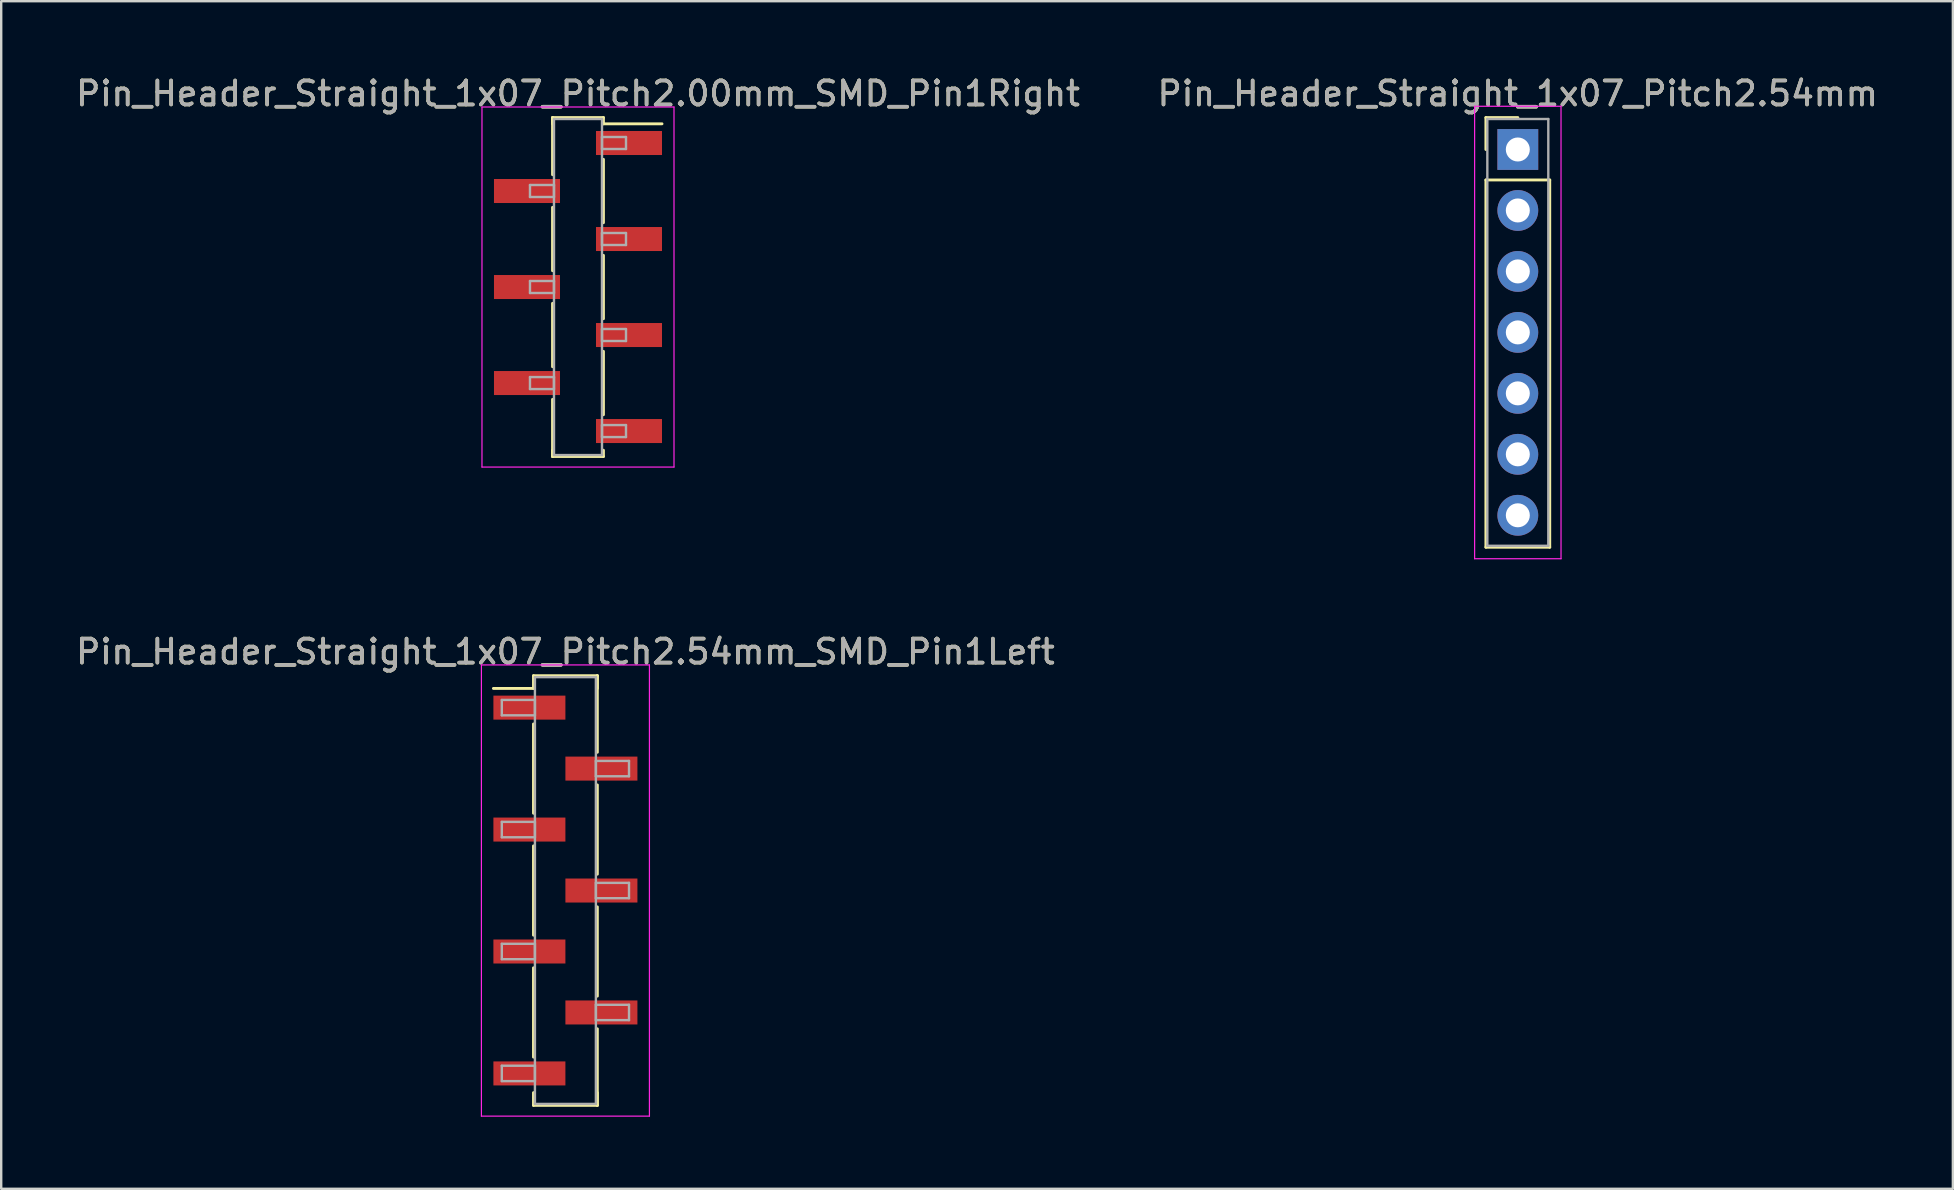
<source format=kicad_pcb>
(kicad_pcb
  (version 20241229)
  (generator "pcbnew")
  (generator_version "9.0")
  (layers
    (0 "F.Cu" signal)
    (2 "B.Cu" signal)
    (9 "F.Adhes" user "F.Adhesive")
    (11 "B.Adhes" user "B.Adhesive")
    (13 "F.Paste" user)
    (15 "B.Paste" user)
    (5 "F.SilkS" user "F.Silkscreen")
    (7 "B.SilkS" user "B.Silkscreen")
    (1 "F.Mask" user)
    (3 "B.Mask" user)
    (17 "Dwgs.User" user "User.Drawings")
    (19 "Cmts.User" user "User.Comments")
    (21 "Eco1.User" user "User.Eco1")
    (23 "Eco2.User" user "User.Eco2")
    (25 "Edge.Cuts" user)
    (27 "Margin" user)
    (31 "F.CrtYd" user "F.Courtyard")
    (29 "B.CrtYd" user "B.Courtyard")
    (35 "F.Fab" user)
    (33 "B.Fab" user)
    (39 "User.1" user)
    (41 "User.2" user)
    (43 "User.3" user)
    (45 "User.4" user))
  (footprint "Pin_Header_Straight_1x07_Pitch2.54mm"
    (layer "F.Cu")
    (at 60.185 3.178)
    (property "Reference" "Pin_Header_Straight_1x07_Pitch2.54mm" (at 0 -2.33 0) (layer "F.SilkS") (effects (font (size 1 1) (thickness 0.15))))
    (attr through_hole)
    (fp_line (start -1.33 -1.33) (end 0 -1.33) (stroke (width 0.12) (type solid)) (layer "F.SilkS"))
    (fp_line (start -1.33 0) (end -1.33 -1.33) (stroke (width 0.12) (type solid)) (layer "F.SilkS"))
    (fp_line (start -1.33 1.27) (end -1.33 16.57) (stroke (width 0.12) (type solid)) (layer "F.SilkS"))
    (fp_line (start -1.33 16.57) (end 1.33 16.57) (stroke (width 0.12) (type solid)) (layer "F.SilkS"))
    (fp_line (start 1.33 1.27) (end -1.33 1.27) (stroke (width 0.12) (type solid)) (layer "F.SilkS"))
    (fp_line (start 1.33 16.57) (end 1.33 1.27) (stroke (width 0.12) (type solid)) (layer "F.SilkS"))
    (fp_line (start -1.8 -1.8) (end -1.8 17.05) (stroke (width 0.05) (type solid)) (layer "F.CrtYd"))
    (fp_line (start -1.8 17.05) (end 1.8 17.05) (stroke (width 0.05) (type solid)) (layer "F.CrtYd"))
    (fp_line (start 1.8 -1.8) (end -1.8 -1.8) (stroke (width 0.05) (type solid)) (layer "F.CrtYd"))
    (fp_line (start 1.8 17.05) (end 1.8 -1.8) (stroke (width 0.05) (type solid)) (layer "F.CrtYd"))
    (fp_line (start -1.27 -1.27) (end -1.27 16.51) (stroke (width 0.1) (type solid)) (layer "F.Fab"))
    (fp_line (start -1.27 16.51) (end 1.27 16.51) (stroke (width 0.1) (type solid)) (layer "F.Fab"))
    (fp_line (start 1.27 -1.27) (end -1.27 -1.27) (stroke (width 0.1) (type solid)) (layer "F.Fab"))
    (fp_line (start 1.27 16.51) (end 1.27 -1.27) (stroke (width 0.1) (type solid)) (layer "F.Fab"))
    (fp_text user "${REFERENCE}" (at 0 -2.33 0) (layer "F.Fab") (effects (font (size 1 1) (thickness 0.15))))
    (pad "1" thru_hole rect (at 0 0) (size 1.7 1.7) (drill 1) (layers "*.Cu" "*.Mask"))
    (pad "2" thru_hole oval (at 0 2.54) (size 1.7 1.7) (drill 1) (layers "*.Cu" "*.Mask"))
    (pad "3" thru_hole oval (at 0 5.08) (size 1.7 1.7) (drill 1) (layers "*.Cu" "*.Mask"))
    (pad "4" thru_hole oval (at 0 7.62) (size 1.7 1.7) (drill 1) (layers "*.Cu" "*.Mask"))
    (pad "5" thru_hole oval (at 0 10.16) (size 1.7 1.7) (drill 1) (layers "*.Cu" "*.Mask"))
    (pad "6" thru_hole oval (at 0 12.7) (size 1.7 1.7) (drill 1) (layers "*.Cu" "*.Mask"))
    (pad "7" thru_hole oval (at 0 15.24) (size 1.7 1.7) (drill 1) (layers "*.Cu" "*.Mask")))
  (footprint "Pin_Header_Straight_1x07_Pitch2.54mm_SMD_Pin1Left"
    (layer "F.Cu")
    (at 20.506 34.051)
    (property "Reference" "Pin_Header_Straight_1x07_Pitch2.54mm_SMD_Pin1Left" (at 0 -9.95 0) (layer "F.SilkS") (effects (font (size 1 1) (thickness 0.15))))
    (attr smd)
    (fp_line (start -1.33 -8.95) (end 1.33 -8.95) (stroke (width 0.12) (type solid)) (layer "F.SilkS"))
    (fp_line (start -1.33 -8.42) (end -3 -8.42) (stroke (width 0.12) (type solid)) (layer "F.SilkS"))
    (fp_line (start -1.33 -8.42) (end -1.33 -8.95) (stroke (width 0.12) (type solid)) (layer "F.SilkS"))
    (fp_line (start -1.33 -6.94) (end -1.33 -3.22) (stroke (width 0.12) (type solid)) (layer "F.SilkS"))
    (fp_line (start -1.33 -1.86) (end -1.33 1.86) (stroke (width 0.12) (type solid)) (layer "F.SilkS"))
    (fp_line (start -1.33 3.22) (end -1.33 6.94) (stroke (width 0.12) (type solid)) (layer "F.SilkS"))
    (fp_line (start -1.33 8.42) (end -1.33 8.95) (stroke (width 0.12) (type solid)) (layer "F.SilkS"))
    (fp_line (start -1.33 8.95) (end 1.33 8.95) (stroke (width 0.12) (type solid)) (layer "F.SilkS"))
    (fp_line (start 1.33 -8.95) (end 1.33 -8.42) (stroke (width 0.12) (type solid)) (layer "F.SilkS"))
    (fp_line (start 1.33 -8.95) (end 1.33 -5.76) (stroke (width 0.12) (type solid)) (layer "F.SilkS"))
    (fp_line (start 1.33 -4.4) (end 1.33 -0.68) (stroke (width 0.12) (type solid)) (layer "F.SilkS"))
    (fp_line (start 1.33 0.68) (end 1.33 4.4) (stroke (width 0.12) (type solid)) (layer "F.SilkS"))
    (fp_line (start 1.33 5.76) (end 1.33 8.95) (stroke (width 0.12) (type solid)) (layer "F.SilkS"))
    (fp_line (start 1.33 8.95) (end 1.33 8.42) (stroke (width 0.12) (type solid)) (layer "F.SilkS"))
    (fp_line (start -3.5 -9.4) (end -3.5 9.4) (stroke (width 0.05) (type solid)) (layer "F.CrtYd"))
    (fp_line (start -3.5 9.4) (end 3.5 9.4) (stroke (width 0.05) (type solid)) (layer "F.CrtYd"))
    (fp_line (start 3.5 -9.4) (end -3.5 -9.4) (stroke (width 0.05) (type solid)) (layer "F.CrtYd"))
    (fp_line (start 3.5 9.4) (end 3.5 -9.4) (stroke (width 0.05) (type solid)) (layer "F.CrtYd"))
    (fp_line (start -2.65 -7.94) (end -1.27 -7.94) (stroke (width 0.1) (type solid)) (layer "F.Fab"))
    (fp_line (start -2.65 -7.3) (end -2.65 -7.94) (stroke (width 0.1) (type solid)) (layer "F.Fab"))
    (fp_line (start -2.65 -2.86) (end -1.27 -2.86) (stroke (width 0.1) (type solid)) (layer "F.Fab"))
    (fp_line (start -2.65 -2.22) (end -2.65 -2.86) (stroke (width 0.1) (type solid)) (layer "F.Fab"))
    (fp_line (start -2.65 2.22) (end -1.27 2.22) (stroke (width 0.1) (type solid)) (layer "F.Fab"))
    (fp_line (start -2.65 2.86) (end -2.65 2.22) (stroke (width 0.1) (type solid)) (layer "F.Fab"))
    (fp_line (start -2.65 7.3) (end -1.27 7.3) (stroke (width 0.1) (type solid)) (layer "F.Fab"))
    (fp_line (start -2.65 7.94) (end -2.65 7.3) (stroke (width 0.1) (type solid)) (layer "F.Fab"))
    (fp_line (start -1.27 -8.89) (end -1.27 8.89) (stroke (width 0.1) (type solid)) (layer "F.Fab"))
    (fp_line (start -1.27 -7.94) (end -1.27 -7.3) (stroke (width 0.1) (type solid)) (layer "F.Fab"))
    (fp_line (start -1.27 -7.3) (end -2.65 -7.3) (stroke (width 0.1) (type solid)) (layer "F.Fab"))
    (fp_line (start -1.27 -2.86) (end -1.27 -2.22) (stroke (width 0.1) (type solid)) (layer "F.Fab"))
    (fp_line (start -1.27 -2.22) (end -2.65 -2.22) (stroke (width 0.1) (type solid)) (layer "F.Fab"))
    (fp_line (start -1.27 2.22) (end -1.27 2.86) (stroke (width 0.1) (type solid)) (layer "F.Fab"))
    (fp_line (start -1.27 2.86) (end -2.65 2.86) (stroke (width 0.1) (type solid)) (layer "F.Fab"))
    (fp_line (start -1.27 7.3) (end -1.27 7.94) (stroke (width 0.1) (type solid)) (layer "F.Fab"))
    (fp_line (start -1.27 7.94) (end -2.65 7.94) (stroke (width 0.1) (type solid)) (layer "F.Fab"))
    (fp_line (start -1.27 8.89) (end 1.27 8.89) (stroke (width 0.1) (type solid)) (layer "F.Fab"))
    (fp_line (start 1.27 -8.89) (end -1.27 -8.89) (stroke (width 0.1) (type solid)) (layer "F.Fab"))
    (fp_line (start 1.27 -5.4) (end 1.27 -4.76) (stroke (width 0.1) (type solid)) (layer "F.Fab"))
    (fp_line (start 1.27 -4.76) (end 2.65 -4.76) (stroke (width 0.1) (type solid)) (layer "F.Fab"))
    (fp_line (start 1.27 -0.32) (end 1.27 0.32) (stroke (width 0.1) (type solid)) (layer "F.Fab"))
    (fp_line (start 1.27 0.32) (end 2.65 0.32) (stroke (width 0.1) (type solid)) (layer "F.Fab"))
    (fp_line (start 1.27 4.76) (end 1.27 5.4) (stroke (width 0.1) (type solid)) (layer "F.Fab"))
    (fp_line (start 1.27 5.4) (end 2.65 5.4) (stroke (width 0.1) (type solid)) (layer "F.Fab"))
    (fp_line (start 1.27 8.89) (end 1.27 -8.89) (stroke (width 0.1) (type solid)) (layer "F.Fab"))
    (fp_line (start 2.65 -5.4) (end 1.27 -5.4) (stroke (width 0.1) (type solid)) (layer "F.Fab"))
    (fp_line (start 2.65 -4.76) (end 2.65 -5.4) (stroke (width 0.1) (type solid)) (layer "F.Fab"))
    (fp_line (start 2.65 -0.32) (end 1.27 -0.32) (stroke (width 0.1) (type solid)) (layer "F.Fab"))
    (fp_line (start 2.65 0.32) (end 2.65 -0.32) (stroke (width 0.1) (type solid)) (layer "F.Fab"))
    (fp_line (start 2.65 4.76) (end 1.27 4.76) (stroke (width 0.1) (type solid)) (layer "F.Fab"))
    (fp_line (start 2.65 5.4) (end 2.65 4.76) (stroke (width 0.1) (type solid)) (layer "F.Fab"))
    (fp_text user "${REFERENCE}" (at 0 -9.95 0) (layer "F.Fab") (effects (font (size 1 1) (thickness 0.15))))
    (pad "1" smd rect (at -1.5 -7.62) (size 3 1) (layers "F.Cu" "F.Mask" "F.Paste"))
    (pad "2" smd rect (at 1.5 -5.08) (size 3 1) (layers "F.Cu" "F.Mask" "F.Paste"))
    (pad "3" smd rect (at -1.5 -2.54) (size 3 1) (layers "F.Cu" "F.Mask" "F.Paste"))
    (pad "4" smd rect (at 1.5 0) (size 3 1) (layers "F.Cu" "F.Mask" "F.Paste"))
    (pad "5" smd rect (at -1.5 2.54) (size 3 1) (layers "F.Cu" "F.Mask" "F.Paste"))
    (pad "6" smd rect (at 1.5 5.08) (size 3 1) (layers "F.Cu" "F.Mask" "F.Paste"))
    (pad "7" smd rect (at -1.5 7.62) (size 3 1) (layers "F.Cu" "F.Mask" "F.Paste")))
  (footprint "Pin_Header_Straight_1x07_Pitch2.00mm_SMD_Pin1Right"
    (layer "F.Cu")
    (at 21.03 8.908)
    (property "Reference" "Pin_Header_Straight_1x07_Pitch2.00mm_SMD_Pin1Right" (at 0 -8.06 0) (layer "F.SilkS") (effects (font (size 1 1) (thickness 0.15))))
    (attr smd)
    (fp_line (start -1.06 -7.06) (end -1.06 -4.68) (stroke (width 0.12) (type solid)) (layer "F.SilkS"))
    (fp_line (start -1.06 -7.06) (end 1.06 -7.06) (stroke (width 0.12) (type solid)) (layer "F.SilkS"))
    (fp_line (start -1.06 -6.8) (end -1.06 -7.06) (stroke (width 0.12) (type solid)) (layer "F.SilkS"))
    (fp_line (start -1.06 -3.32) (end -1.06 -0.68) (stroke (width 0.12) (type solid)) (layer "F.SilkS"))
    (fp_line (start -1.06 0.68) (end -1.06 3.32) (stroke (width 0.12) (type solid)) (layer "F.SilkS"))
    (fp_line (start -1.06 4.68) (end -1.06 7.06) (stroke (width 0.12) (type solid)) (layer "F.SilkS"))
    (fp_line (start -1.06 6.8) (end -1.06 7.06) (stroke (width 0.12) (type solid)) (layer "F.SilkS"))
    (fp_line (start -1.06 7.06) (end 1.06 7.06) (stroke (width 0.12) (type solid)) (layer "F.SilkS"))
    (fp_line (start 1.06 -7.06) (end 1.06 -6.8) (stroke (width 0.12) (type solid)) (layer "F.SilkS"))
    (fp_line (start 1.06 -6.8) (end 3.5 -6.8) (stroke (width 0.12) (type solid)) (layer "F.SilkS"))
    (fp_line (start 1.06 -5.32) (end 1.06 -2.68) (stroke (width 0.12) (type solid)) (layer "F.SilkS"))
    (fp_line (start 1.06 -1.32) (end 1.06 1.32) (stroke (width 0.12) (type solid)) (layer "F.SilkS"))
    (fp_line (start 1.06 2.68) (end 1.06 5.32) (stroke (width 0.12) (type solid)) (layer "F.SilkS"))
    (fp_line (start 1.06 7.06) (end 1.06 6.8) (stroke (width 0.12) (type solid)) (layer "F.SilkS"))
    (fp_line (start -4 -7.5) (end -4 7.5) (stroke (width 0.05) (type solid)) (layer "F.CrtYd"))
    (fp_line (start -4 7.5) (end 4 7.5) (stroke (width 0.05) (type solid)) (layer "F.CrtYd"))
    (fp_line (start 4 -7.5) (end -4 -7.5) (stroke (width 0.05) (type solid)) (layer "F.CrtYd"))
    (fp_line (start 4 7.5) (end 4 -7.5) (stroke (width 0.05) (type solid)) (layer "F.CrtYd"))
    (fp_line (start -2 -4.25) (end -1 -4.25) (stroke (width 0.1) (type solid)) (layer "F.Fab"))
    (fp_line (start -2 -3.75) (end -2 -4.25) (stroke (width 0.1) (type solid)) (layer "F.Fab"))
    (fp_line (start -2 -0.25) (end -1 -0.25) (stroke (width 0.1) (type solid)) (layer "F.Fab"))
    (fp_line (start -2 0.25) (end -2 -0.25) (stroke (width 0.1) (type solid)) (layer "F.Fab"))
    (fp_line (start -2 3.75) (end -1 3.75) (stroke (width 0.1) (type solid)) (layer "F.Fab"))
    (fp_line (start -2 4.25) (end -2 3.75) (stroke (width 0.1) (type solid)) (layer "F.Fab"))
    (fp_line (start -1 -7) (end -1 7) (stroke (width 0.1) (type solid)) (layer "F.Fab"))
    (fp_line (start -1 -4.25) (end -1 -3.75) (stroke (width 0.1) (type solid)) (layer "F.Fab"))
    (fp_line (start -1 -3.75) (end -2 -3.75) (stroke (width 0.1) (type solid)) (layer "F.Fab"))
    (fp_line (start -1 -0.25) (end -1 0.25) (stroke (width 0.1) (type solid)) (layer "F.Fab"))
    (fp_line (start -1 0.25) (end -2 0.25) (stroke (width 0.1) (type solid)) (layer "F.Fab"))
    (fp_line (start -1 3.75) (end -1 4.25) (stroke (width 0.1) (type solid)) (layer "F.Fab"))
    (fp_line (start -1 4.25) (end -2 4.25) (stroke (width 0.1) (type solid)) (layer "F.Fab"))
    (fp_line (start -1 7) (end 1 7) (stroke (width 0.1) (type solid)) (layer "F.Fab"))
    (fp_line (start 1 -7) (end -1 -7) (stroke (width 0.1) (type solid)) (layer "F.Fab"))
    (fp_line (start 1 -6.25) (end 1 -5.75) (stroke (width 0.1) (type solid)) (layer "F.Fab"))
    (fp_line (start 1 -5.75) (end 2 -5.75) (stroke (width 0.1) (type solid)) (layer "F.Fab"))
    (fp_line (start 1 -2.25) (end 1 -1.75) (stroke (width 0.1) (type solid)) (layer "F.Fab"))
    (fp_line (start 1 -1.75) (end 2 -1.75) (stroke (width 0.1) (type solid)) (layer "F.Fab"))
    (fp_line (start 1 1.75) (end 1 2.25) (stroke (width 0.1) (type solid)) (layer "F.Fab"))
    (fp_line (start 1 2.25) (end 2 2.25) (stroke (width 0.1) (type solid)) (layer "F.Fab"))
    (fp_line (start 1 5.75) (end 1 6.25) (stroke (width 0.1) (type solid)) (layer "F.Fab"))
    (fp_line (start 1 6.25) (end 2 6.25) (stroke (width 0.1) (type solid)) (layer "F.Fab"))
    (fp_line (start 1 7) (end 1 -7) (stroke (width 0.1) (type solid)) (layer "F.Fab"))
    (fp_line (start 2 -6.25) (end 1 -6.25) (stroke (width 0.1) (type solid)) (layer "F.Fab"))
    (fp_line (start 2 -5.75) (end 2 -6.25) (stroke (width 0.1) (type solid)) (layer "F.Fab"))
    (fp_line (start 2 -2.25) (end 1 -2.25) (stroke (width 0.1) (type solid)) (layer "F.Fab"))
    (fp_line (start 2 -1.75) (end 2 -2.25) (stroke (width 0.1) (type solid)) (layer "F.Fab"))
    (fp_line (start 2 1.75) (end 1 1.75) (stroke (width 0.1) (type solid)) (layer "F.Fab"))
    (fp_line (start 2 2.25) (end 2 1.75) (stroke (width 0.1) (type solid)) (layer "F.Fab"))
    (fp_line (start 2 5.75) (end 1 5.75) (stroke (width 0.1) (type solid)) (layer "F.Fab"))
    (fp_line (start 2 6.25) (end 2 5.75) (stroke (width 0.1) (type solid)) (layer "F.Fab"))
    (fp_text user "${REFERENCE}" (at 0 -8.06 0) (layer "F.Fab") (effects (font (size 1 1) (thickness 0.15))))
    (pad "1" smd rect (at 2.125 -6) (size 2.75 1) (layers "F.Cu" "F.Mask" "F.Paste"))
    (pad "2" smd rect (at -2.125 -4) (size 2.75 1) (layers "F.Cu" "F.Mask" "F.Paste"))
    (pad "3" smd rect (at 2.125 -2) (size 2.75 1) (layers "F.Cu" "F.Mask" "F.Paste"))
    (pad "4" smd rect (at -2.125 0) (size 2.75 1) (layers "F.Cu" "F.Mask" "F.Paste"))
    (pad "5" smd rect (at 2.125 2) (size 2.75 1) (layers "F.Cu" "F.Mask" "F.Paste"))
    (pad "6" smd rect (at -2.125 4) (size 2.75 1) (layers "F.Cu" "F.Mask" "F.Paste"))
    (pad "7" smd rect (at 2.125 6) (size 2.75 1) (layers "F.Cu" "F.Mask" "F.Paste")))
  (gr_rect
    (start -3 -3)
    (end 78.31 46.477)
    (stroke (width 0.1) (type default))
    (fill no)
    (layer "Edge.Cuts")))
</source>
